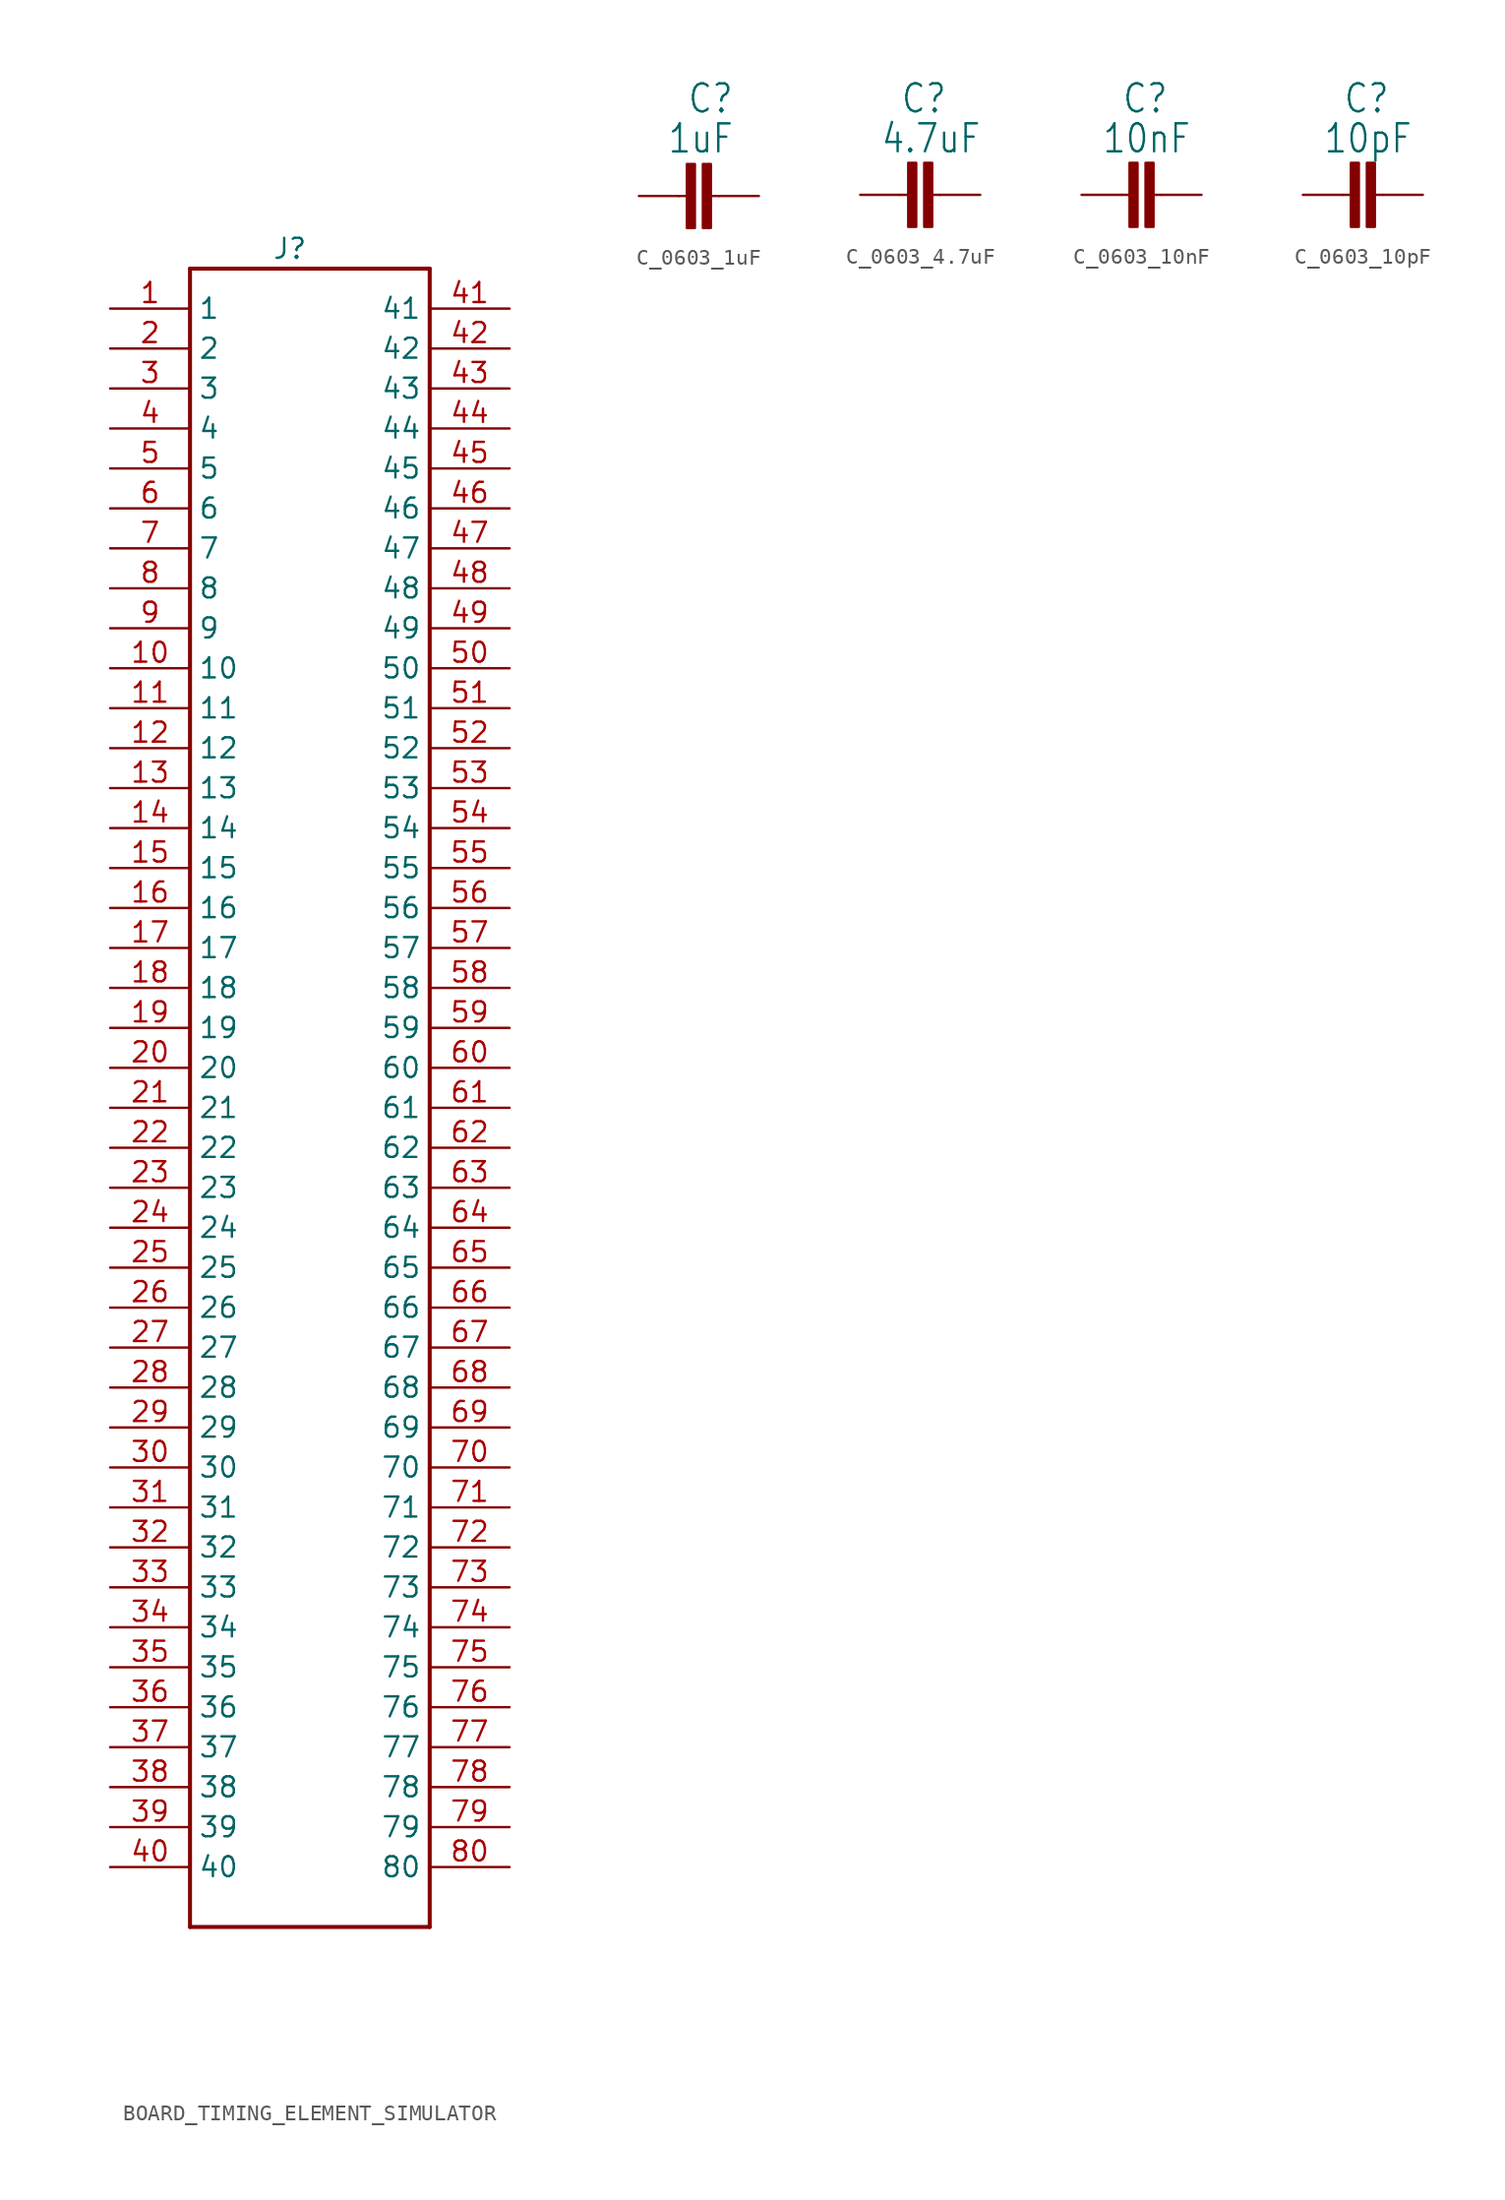
<source format=kicad_sym>
(kicad_symbol_lib
  (version 20220914)
  (generator kicad_symbol_editor)
  (symbol "BOARD_TIMING_ELEMENT_SIMULATOR"
    (property "Reference" "J"
      (at 3.81 29.21 0)
      (effects (font (size 1.27 1.27))))
    (symbol "BOARD_TIMING_ELEMENT_SIMULATOR_1_0"
      (polyline (pts (xy -2.54 -77.47) (xy -2.54 27.94)) (stroke (width 0.254) (type solid)) (fill (type none)))
      (polyline (pts (xy -2.54 27.94) (xy 12.7 27.94)) (stroke (width 0.254) (type solid)) (fill (type none)))
      (polyline (pts (xy 12.7 -77.47) (xy -2.54 -77.47)) (stroke (width 0.254) (type solid)) (fill (type none)))
      (polyline (pts (xy 12.7 27.94) (xy 12.7 -77.47)) (stroke (width 0.254) (type solid)) (fill (type none)))
      (pin bidirectional line (at -7.62 25.4 0) (length 5.08) (name "1" (effects (font (size 1.27 1.27)))) (number "1" (effects (font (size 1.27 1.27)))))
      (pin bidirectional line (at -7.62 2.54 0) (length 5.08) (name "10" (effects (font (size 1.27 1.27)))) (number "10" (effects (font (size 1.27 1.27)))))
      (pin bidirectional line (at -7.62 0 0) (length 5.08) (name "11" (effects (font (size 1.27 1.27)))) (number "11" (effects (font (size 1.27 1.27)))))
      (pin bidirectional line (at -7.62 -2.54 0) (length 5.08) (name "12" (effects (font (size 1.27 1.27)))) (number "12" (effects (font (size 1.27 1.27)))))
      (pin bidirectional line (at -7.62 -5.08 0) (length 5.08) (name "13" (effects (font (size 1.27 1.27)))) (number "13" (effects (font (size 1.27 1.27)))))
      (pin bidirectional line (at -7.62 -7.62 0) (length 5.08) (name "14" (effects (font (size 1.27 1.27)))) (number "14" (effects (font (size 1.27 1.27)))))
      (pin bidirectional line (at -7.62 -10.16 0) (length 5.08) (name "15" (effects (font (size 1.27 1.27)))) (number "15" (effects (font (size 1.27 1.27)))))
      (pin bidirectional line (at -7.62 -12.7 0) (length 5.08) (name "16" (effects (font (size 1.27 1.27)))) (number "16" (effects (font (size 1.27 1.27)))))
      (pin bidirectional line (at -7.62 -15.24 0) (length 5.08) (name "17" (effects (font (size 1.27 1.27)))) (number "17" (effects (font (size 1.27 1.27)))))
      (pin bidirectional line (at -7.62 -17.78 0) (length 5.08) (name "18" (effects (font (size 1.27 1.27)))) (number "18" (effects (font (size 1.27 1.27)))))
      (pin bidirectional line (at -7.62 -20.32 0) (length 5.08) (name "19" (effects (font (size 1.27 1.27)))) (number "19" (effects (font (size 1.27 1.27)))))
      (pin bidirectional line (at -7.62 22.86 0) (length 5.08) (name "2" (effects (font (size 1.27 1.27)))) (number "2" (effects (font (size 1.27 1.27)))))
      (pin bidirectional line (at -7.62 -22.86 0) (length 5.08) (name "20" (effects (font (size 1.27 1.27)))) (number "20" (effects (font (size 1.27 1.27)))))
      (pin bidirectional line (at -7.62 -25.4 0) (length 5.08) (name "21" (effects (font (size 1.27 1.27)))) (number "21" (effects (font (size 1.27 1.27)))))
      (pin bidirectional line (at -7.62 -27.94 0) (length 5.08) (name "22" (effects (font (size 1.27 1.27)))) (number "22" (effects (font (size 1.27 1.27)))))
      (pin bidirectional line (at -7.62 -30.48 0) (length 5.08) (name "23" (effects (font (size 1.27 1.27)))) (number "23" (effects (font (size 1.27 1.27)))))
      (pin bidirectional line (at -7.62 -33.02 0) (length 5.08) (name "24" (effects (font (size 1.27 1.27)))) (number "24" (effects (font (size 1.27 1.27)))))
      (pin bidirectional line (at -7.62 -35.56 0) (length 5.08) (name "25" (effects (font (size 1.27 1.27)))) (number "25" (effects (font (size 1.27 1.27)))))
      (pin bidirectional line (at -7.62 -38.1 0) (length 5.08) (name "26" (effects (font (size 1.27 1.27)))) (number "26" (effects (font (size 1.27 1.27)))))
      (pin bidirectional line (at -7.62 -40.64 0) (length 5.08) (name "27" (effects (font (size 1.27 1.27)))) (number "27" (effects (font (size 1.27 1.27)))))
      (pin bidirectional line (at -7.62 -43.18 0) (length 5.08) (name "28" (effects (font (size 1.27 1.27)))) (number "28" (effects (font (size 1.27 1.27)))))
      (pin bidirectional line (at -7.62 -45.72 0) (length 5.08) (name "29" (effects (font (size 1.27 1.27)))) (number "29" (effects (font (size 1.27 1.27)))))
      (pin bidirectional line (at -7.62 20.32 0) (length 5.08) (name "3" (effects (font (size 1.27 1.27)))) (number "3" (effects (font (size 1.27 1.27)))))
      (pin bidirectional line (at -7.62 -48.26 0) (length 5.08) (name "30" (effects (font (size 1.27 1.27)))) (number "30" (effects (font (size 1.27 1.27)))))
      (pin bidirectional line (at -7.62 -50.8 0) (length 5.08) (name "31" (effects (font (size 1.27 1.27)))) (number "31" (effects (font (size 1.27 1.27)))))
      (pin bidirectional line (at -7.62 -53.34 0) (length 5.08) (name "32" (effects (font (size 1.27 1.27)))) (number "32" (effects (font (size 1.27 1.27)))))
      (pin bidirectional line (at -7.62 -55.88 0) (length 5.08) (name "33" (effects (font (size 1.27 1.27)))) (number "33" (effects (font (size 1.27 1.27)))))
      (pin bidirectional line (at -7.62 -58.42 0) (length 5.08) (name "34" (effects (font (size 1.27 1.27)))) (number "34" (effects (font (size 1.27 1.27)))))
      (pin bidirectional line (at -7.62 -60.96 0) (length 5.08) (name "35" (effects (font (size 1.27 1.27)))) (number "35" (effects (font (size 1.27 1.27)))))
      (pin bidirectional line (at -7.62 -63.5 0) (length 5.08) (name "36" (effects (font (size 1.27 1.27)))) (number "36" (effects (font (size 1.27 1.27)))))
      (pin bidirectional line (at -7.62 -66.04 0) (length 5.08) (name "37" (effects (font (size 1.27 1.27)))) (number "37" (effects (font (size 1.27 1.27)))))
      (pin bidirectional line (at -7.62 -68.58 0) (length 5.08) (name "38" (effects (font (size 1.27 1.27)))) (number "38" (effects (font (size 1.27 1.27)))))
      (pin bidirectional line (at -7.62 -71.12 0) (length 5.08) (name "39" (effects (font (size 1.27 1.27)))) (number "39" (effects (font (size 1.27 1.27)))))
      (pin bidirectional line (at -7.62 17.78 0) (length 5.08) (name "4" (effects (font (size 1.27 1.27)))) (number "4" (effects (font (size 1.27 1.27)))))
      (pin bidirectional line (at -7.62 -73.66 0) (length 5.08) (name "40" (effects (font (size 1.27 1.27)))) (number "40" (effects (font (size 1.27 1.27)))))
      (pin bidirectional line (at 17.78 25.4 180) (length 5.08) (name "41" (effects (font (size 1.27 1.27)))) (number "41" (effects (font (size 1.27 1.27)))))
      (pin bidirectional line (at 17.78 22.86 180) (length 5.08) (name "42" (effects (font (size 1.27 1.27)))) (number "42" (effects (font (size 1.27 1.27)))))
      (pin bidirectional line (at 17.78 20.32 180) (length 5.08) (name "43" (effects (font (size 1.27 1.27)))) (number "43" (effects (font (size 1.27 1.27)))))
      (pin bidirectional line (at 17.78 17.78 180) (length 5.08) (name "44" (effects (font (size 1.27 1.27)))) (number "44" (effects (font (size 1.27 1.27)))))
      (pin bidirectional line (at 17.78 15.24 180) (length 5.08) (name "45" (effects (font (size 1.27 1.27)))) (number "45" (effects (font (size 1.27 1.27)))))
      (pin bidirectional line (at 17.78 12.7 180) (length 5.08) (name "46" (effects (font (size 1.27 1.27)))) (number "46" (effects (font (size 1.27 1.27)))))
      (pin bidirectional line (at 17.78 10.16 180) (length 5.08) (name "47" (effects (font (size 1.27 1.27)))) (number "47" (effects (font (size 1.27 1.27)))))
      (pin bidirectional line (at 17.78 7.62 180) (length 5.08) (name "48" (effects (font (size 1.27 1.27)))) (number "48" (effects (font (size 1.27 1.27)))))
      (pin bidirectional line (at 17.78 5.08 180) (length 5.08) (name "49" (effects (font (size 1.27 1.27)))) (number "49" (effects (font (size 1.27 1.27)))))
      (pin bidirectional line (at -7.62 15.24 0) (length 5.08) (name "5" (effects (font (size 1.27 1.27)))) (number "5" (effects (font (size 1.27 1.27)))))
      (pin bidirectional line (at 17.78 2.54 180) (length 5.08) (name "50" (effects (font (size 1.27 1.27)))) (number "50" (effects (font (size 1.27 1.27)))))
      (pin bidirectional line (at 17.78 0 180) (length 5.08) (name "51" (effects (font (size 1.27 1.27)))) (number "51" (effects (font (size 1.27 1.27)))))
      (pin bidirectional line (at 17.78 -2.54 180) (length 5.08) (name "52" (effects (font (size 1.27 1.27)))) (number "52" (effects (font (size 1.27 1.27)))))
      (pin bidirectional line (at 17.78 -5.08 180) (length 5.08) (name "53" (effects (font (size 1.27 1.27)))) (number "53" (effects (font (size 1.27 1.27)))))
      (pin bidirectional line (at 17.78 -7.62 180) (length 5.08) (name "54" (effects (font (size 1.27 1.27)))) (number "54" (effects (font (size 1.27 1.27)))))
      (pin bidirectional line (at 17.78 -10.16 180) (length 5.08) (name "55" (effects (font (size 1.27 1.27)))) (number "55" (effects (font (size 1.27 1.27)))))
      (pin bidirectional line (at 17.78 -12.7 180) (length 5.08) (name "56" (effects (font (size 1.27 1.27)))) (number "56" (effects (font (size 1.27 1.27)))))
      (pin bidirectional line (at 17.78 -15.24 180) (length 5.08) (name "57" (effects (font (size 1.27 1.27)))) (number "57" (effects (font (size 1.27 1.27)))))
      (pin bidirectional line (at 17.78 -17.78 180) (length 5.08) (name "58" (effects (font (size 1.27 1.27)))) (number "58" (effects (font (size 1.27 1.27)))))
      (pin bidirectional line (at 17.78 -20.32 180) (length 5.08) (name "59" (effects (font (size 1.27 1.27)))) (number "59" (effects (font (size 1.27 1.27)))))
      (pin bidirectional line (at -7.62 12.7 0) (length 5.08) (name "6" (effects (font (size 1.27 1.27)))) (number "6" (effects (font (size 1.27 1.27)))))
      (pin bidirectional line (at 17.78 -22.86 180) (length 5.08) (name "60" (effects (font (size 1.27 1.27)))) (number "60" (effects (font (size 1.27 1.27)))))
      (pin bidirectional line (at 17.78 -25.4 180) (length 5.08) (name "61" (effects (font (size 1.27 1.27)))) (number "61" (effects (font (size 1.27 1.27)))))
      (pin bidirectional line (at 17.78 -27.94 180) (length 5.08) (name "62" (effects (font (size 1.27 1.27)))) (number "62" (effects (font (size 1.27 1.27)))))
      (pin bidirectional line (at 17.78 -30.48 180) (length 5.08) (name "63" (effects (font (size 1.27 1.27)))) (number "63" (effects (font (size 1.27 1.27)))))
      (pin bidirectional line (at 17.78 -33.02 180) (length 5.08) (name "64" (effects (font (size 1.27 1.27)))) (number "64" (effects (font (size 1.27 1.27)))))
      (pin bidirectional line (at 17.78 -35.56 180) (length 5.08) (name "65" (effects (font (size 1.27 1.27)))) (number "65" (effects (font (size 1.27 1.27)))))
      (pin bidirectional line (at 17.78 -38.1 180) (length 5.08) (name "66" (effects (font (size 1.27 1.27)))) (number "66" (effects (font (size 1.27 1.27)))))
      (pin bidirectional line (at 17.78 -40.64 180) (length 5.08) (name "67" (effects (font (size 1.27 1.27)))) (number "67" (effects (font (size 1.27 1.27)))))
      (pin bidirectional line (at 17.78 -43.18 180) (length 5.08) (name "68" (effects (font (size 1.27 1.27)))) (number "68" (effects (font (size 1.27 1.27)))))
      (pin bidirectional line (at 17.78 -45.72 180) (length 5.08) (name "69" (effects (font (size 1.27 1.27)))) (number "69" (effects (font (size 1.27 1.27)))))
      (pin bidirectional line (at -7.62 10.16 0) (length 5.08) (name "7" (effects (font (size 1.27 1.27)))) (number "7" (effects (font (size 1.27 1.27)))))
      (pin bidirectional line (at 17.78 -48.26 180) (length 5.08) (name "70" (effects (font (size 1.27 1.27)))) (number "70" (effects (font (size 1.27 1.27)))))
      (pin bidirectional line (at 17.78 -50.8 180) (length 5.08) (name "71" (effects (font (size 1.27 1.27)))) (number "71" (effects (font (size 1.27 1.27)))))
      (pin bidirectional line (at 17.78 -53.34 180) (length 5.08) (name "72" (effects (font (size 1.27 1.27)))) (number "72" (effects (font (size 1.27 1.27)))))
      (pin bidirectional line (at 17.78 -55.88 180) (length 5.08) (name "73" (effects (font (size 1.27 1.27)))) (number "73" (effects (font (size 1.27 1.27)))))
      (pin bidirectional line (at 17.78 -58.42 180) (length 5.08) (name "74" (effects (font (size 1.27 1.27)))) (number "74" (effects (font (size 1.27 1.27)))))
      (pin bidirectional line (at 17.78 -60.96 180) (length 5.08) (name "75" (effects (font (size 1.27 1.27)))) (number "75" (effects (font (size 1.27 1.27)))))
      (pin bidirectional line (at 17.78 -63.5 180) (length 5.08) (name "76" (effects (font (size 1.27 1.27)))) (number "76" (effects (font (size 1.27 1.27)))))
      (pin bidirectional line (at 17.78 -66.04 180) (length 5.08) (name "77" (effects (font (size 1.27 1.27)))) (number "77" (effects (font (size 1.27 1.27)))))
      (pin bidirectional line (at 17.78 -68.58 180) (length 5.08) (name "78" (effects (font (size 1.27 1.27)))) (number "78" (effects (font (size 1.27 1.27)))))
      (pin bidirectional line (at 17.78 -71.12 180) (length 5.08) (name "79" (effects (font (size 1.27 1.27)))) (number "79" (effects (font (size 1.27 1.27)))))
      (pin bidirectional line (at -7.62 7.62 0) (length 5.08) (name "8" (effects (font (size 1.27 1.27)))) (number "8" (effects (font (size 1.27 1.27)))))
      (pin bidirectional line (at 17.78 -73.66 180) (length 5.08) (name "80" (effects (font (size 1.27 1.27)))) (number "80" (effects (font (size 1.27 1.27)))))
      (pin bidirectional line (at -7.62 5.08 0) (length 5.08) (name "9" (effects (font (size 1.27 1.27)))) (number "9" (effects (font (size 1.27 1.27)))))))
  (symbol "C_0603_1uF"
    (pin_numbers hide)
    (pin_names hide)
    (property "Reference" "C"
      (at -0.763 5.149 0)
      (effects (font (size 1.778 1.511)) (justify left bottom)))
    (property "Value" "1uF"
      (at -2.033 2.609 0)
      (effects (font (size 1.778 1.511)) (justify left bottom)))
    (symbol "C_0603_1uF_1_0"
      (rectangle (start -0.762 -2.032) (end -0.254 2.032) (stroke (width 0) (type default)) (fill (type outline)))
      (polyline (pts (xy -1.27 0) (xy -0.762 0)) (stroke (width 0.152) (type solid)) (fill (type none)))
      (polyline (pts (xy 1.27 0) (xy 0.762 0)) (stroke (width 0.152) (type solid)) (fill (type none)))
      (rectangle (start 0.762 -2.032) (end 0.254 2.032) (stroke (width 0) (type default)) (fill (type outline)))
      (pin passive line (at -3.81 0 0) (length 2.54) (name "1" (effects (font (size 0 0)))) (number "1" (effects (font (size 0 0)))))
      (pin passive line (at 3.81 0 180) (length 2.54) (name "2" (effects (font (size 0 0)))) (number "2" (effects (font (size 0 0)))))))
  (symbol "C_0603_4.7uF"
    (pin_numbers hide)
    (pin_names hide)
    (property "Reference" "C"
      (at -1.27 5.08 0)
      (effects (font (size 1.778 1.511)) (justify left bottom)))
    (property "Value" "4.7uF"
      (at -2.54 2.54 0)
      (effects (font (size 1.778 1.511)) (justify left bottom)))
    (symbol "C_0603_4.7uF_1_0"
      (rectangle (start -0.762 -2.032) (end -0.254 2.032) (stroke (width 0) (type default)) (fill (type outline)))
      (polyline (pts (xy -1.27 0) (xy -0.762 0)) (stroke (width 0.152) (type solid)) (fill (type none)))
      (polyline (pts (xy 1.27 0) (xy 0.762 0)) (stroke (width 0.152) (type solid)) (fill (type none)))
      (rectangle (start 0.762 -2.032) (end 0.254 2.032) (stroke (width 0) (type default)) (fill (type outline)))
      (pin passive line (at -3.81 0 0) (length 2.54) (name "1" (effects (font (size 0 0)))) (number "1" (effects (font (size 0 0)))))
      (pin passive line (at 3.81 0 180) (length 2.54) (name "2" (effects (font (size 0 0)))) (number "2" (effects (font (size 0 0)))))))
  (symbol "C_0603_10nF"
    (pin_numbers hide)
    (pin_names hide)
    (property "Reference" "C"
      (at -1.27 5.08 0)
      (effects (font (size 1.778 1.511)) (justify left bottom)))
    (property "Value" "10nF"
      (at -2.54 2.54 0)
      (effects (font (size 1.778 1.511)) (justify left bottom)))
    (symbol "C_0603_10nF_1_0"
      (rectangle (start -0.762 -2.032) (end -0.254 2.032) (stroke (width 0) (type default)) (fill (type outline)))
      (polyline (pts (xy -1.27 0) (xy -0.762 0)) (stroke (width 0.152) (type solid)) (fill (type none)))
      (polyline (pts (xy 1.27 0) (xy 0.762 0)) (stroke (width 0.152) (type solid)) (fill (type none)))
      (rectangle (start 0.762 -2.032) (end 0.254 2.032) (stroke (width 0) (type default)) (fill (type outline)))
      (pin passive line (at -3.81 0 0) (length 2.54) (name "1" (effects (font (size 0 0)))) (number "1" (effects (font (size 0 0)))))
      (pin passive line (at 3.81 0 180) (length 2.54) (name "2" (effects (font (size 0 0)))) (number "2" (effects (font (size 0 0)))))))
  (symbol "C_0603_10pF"
    (pin_numbers hide)
    (pin_names hide)
    (property "Reference" "C"
      (at -1.27 5.08 0)
      (effects (font (size 1.778 1.511)) (justify left bottom)))
    (property "Value" "10pF"
      (at -2.54 2.54 0)
      (effects (font (size 1.778 1.511)) (justify left bottom)))
    (symbol "C_0603_10pF_1_0"
      (rectangle (start -0.762 -2.032) (end -0.254 2.032) (stroke (width 0) (type default)) (fill (type outline)))
      (polyline (pts (xy -1.27 0) (xy -0.762 0)) (stroke (width 0.152) (type solid)) (fill (type none)))
      (polyline (pts (xy 1.27 0) (xy 0.762 0)) (stroke (width 0.152) (type solid)) (fill (type none)))
      (rectangle (start 0.762 -2.032) (end 0.254 2.032) (stroke (width 0) (type default)) (fill (type outline)))
      (pin passive line (at -3.81 0 0) (length 2.54) (name "1" (effects (font (size 0 0)))) (number "1" (effects (font (size 0 0)))))
      (pin passive line (at 3.81 0 180) (length 2.54) (name "2" (effects (font (size 0 0)))) (number "2" (effects (font (size 0 0))))))))
</source>
